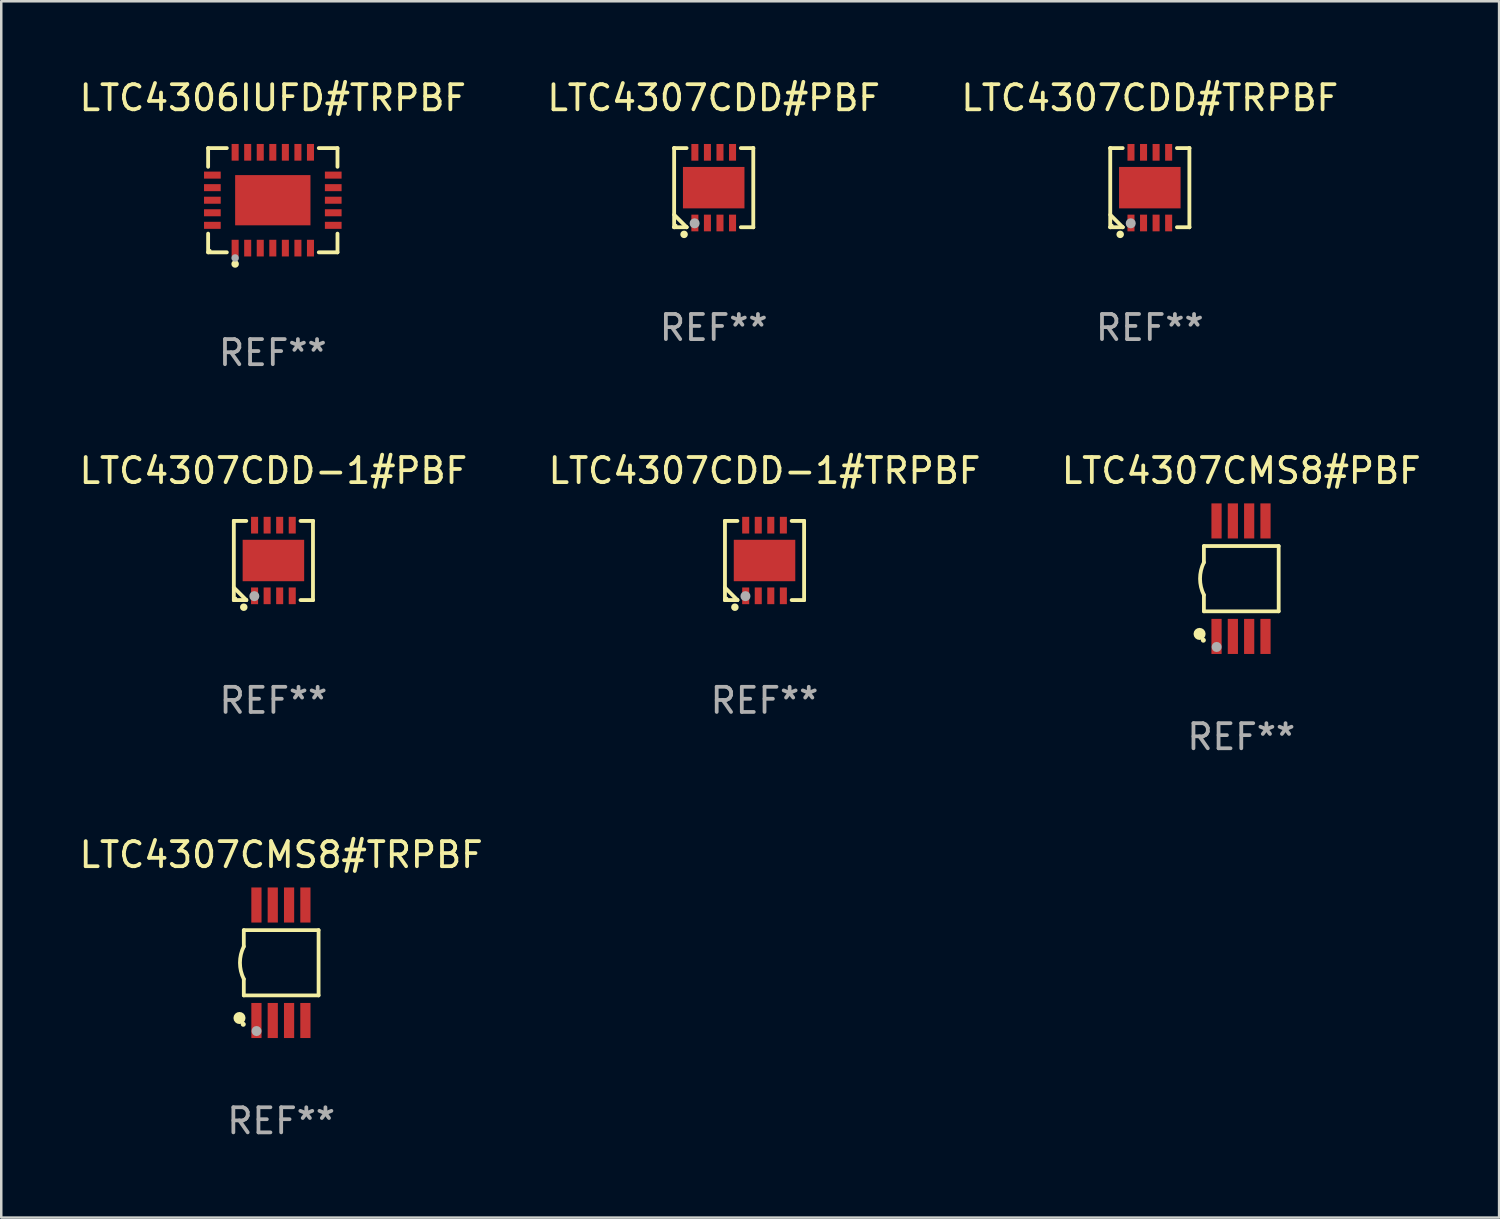
<source format=kicad_pcb>
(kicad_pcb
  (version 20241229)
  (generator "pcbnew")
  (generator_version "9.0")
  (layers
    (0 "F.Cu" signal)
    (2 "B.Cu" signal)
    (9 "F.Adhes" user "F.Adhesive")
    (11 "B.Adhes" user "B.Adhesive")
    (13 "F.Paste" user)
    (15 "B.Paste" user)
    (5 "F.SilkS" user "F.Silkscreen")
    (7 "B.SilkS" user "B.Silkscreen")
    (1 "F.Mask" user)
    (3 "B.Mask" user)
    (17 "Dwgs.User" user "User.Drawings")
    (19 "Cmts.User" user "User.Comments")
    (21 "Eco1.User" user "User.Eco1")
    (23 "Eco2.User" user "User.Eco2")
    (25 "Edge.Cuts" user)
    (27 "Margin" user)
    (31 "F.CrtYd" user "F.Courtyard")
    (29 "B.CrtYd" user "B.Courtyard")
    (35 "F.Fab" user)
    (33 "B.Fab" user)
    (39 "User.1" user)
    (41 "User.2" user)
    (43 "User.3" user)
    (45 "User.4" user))
  (footprint "LTC4307CMS8#TRPBF"
    (layer "F.Cu")
    (at 8.149 35.294)
    (property "Reference" "LTC4307CMS8#TRPBF" (at 0 -4.3 0) (layer "F.SilkS") (effects (font (size 1 1) (thickness 0.15))))
    (attr through_hole)
    (fp_line (start -1.489 -1.3) (end -1.489 -0.648) (stroke (width 0.15) (type solid)) (layer "F.SilkS"))
    (fp_line (start -1.489 0.648) (end -1.489 1.3) (stroke (width 0.15) (type solid)) (layer "F.SilkS"))
    (fp_line (start -1.489 1.3) (end 1.489 1.3) (stroke (width 0.15) (type solid)) (layer "F.SilkS"))
    (fp_line (start 1.489 -1.3) (end -1.489 -1.3) (stroke (width 0.15) (type solid)) (layer "F.SilkS"))
    (fp_line (start 1.489 1.3) (end 1.489 -1.3) (stroke (width 0.15) (type solid)) (layer "F.SilkS"))
    (fp_arc (start -1.489205 0.647702) (mid -1.642107 0) (end -1.489205 -0.647701) (stroke (width 0.150013) (type solid)) (layer "F.SilkS"))
    (fp_circle (center -1.661 2.2) (end -1.541 2.2) (stroke (width 0.24) (type solid)) (fill no) (layer "F.SilkS"))
    (fp_circle (center -1.511 2.45) (end -1.461 2.45) (stroke (width 0.1) (type solid)) (fill no) (layer "F.SilkS"))
    (fp_circle (center -0.981 2.72) (end -0.881 2.72) (stroke (width 0.2) (type solid)) (fill no) (layer "F.Fab"))
    (fp_text user "REF**" (at 0 6.3 0) (layer "F.Fab") (effects (font (size 1 1) (thickness 0.15))))
    (pad "1" smd rect (at -0.986 2.3) (size 0.406 1.397) (layers "F.Cu" "F.Mask" "F.Paste"))
    (pad "2" smd rect (at -0.336 2.3) (size 0.406 1.397) (layers "F.Cu" "F.Mask" "F.Paste"))
    (pad "3" smd rect (at 0.314 2.3) (size 0.406 1.397) (layers "F.Cu" "F.Mask" "F.Paste"))
    (pad "4" smd rect (at 0.964 2.3) (size 0.406 1.397) (layers "F.Cu" "F.Mask" "F.Paste"))
    (pad "5" smd rect (at 0.964 -2.3) (size 0.406 1.397) (layers "F.Cu" "F.Mask" "F.Paste"))
    (pad "6" smd rect (at 0.314 -2.3) (size 0.406 1.397) (layers "F.Cu" "F.Mask" "F.Paste"))
    (pad "7" smd rect (at -0.336 -2.3) (size 0.406 1.397) (layers "F.Cu" "F.Mask" "F.Paste"))
    (pad "8" smd rect (at -0.986 -2.3) (size 0.406 1.397) (layers "F.Cu" "F.Mask" "F.Paste")))
  (footprint "LTC4307CDD#PBF"
    (layer "F.Cu")
    (at 25.375 4.424)
    (property "Reference" "LTC4307CDD#PBF" (at 0 -3.576 0) (layer "F.SilkS") (effects (font (size 1 1) (thickness 0.15))))
    (attr through_hole)
    (fp_line (start -1.576 -1.576) (end -1.576 -1.576) (stroke (width 0.152) (type solid)) (layer "F.SilkS"))
    (fp_line (start -1.576 -1.576) (end -1.08 -1.576) (stroke (width 0.152) (type solid)) (layer "F.SilkS"))
    (fp_line (start -1.576 1.576) (end -1.576 -1.576) (stroke (width 0.152) (type solid)) (layer "F.SilkS"))
    (fp_line (start -1.576 1.576) (end -1.576 1.576) (stroke (width 0.152) (type solid)) (layer "F.SilkS"))
    (fp_line (start -1.08 1.575) (end -1.576 1.079) (stroke (width 0.152) (type solid)) (layer "F.SilkS"))
    (fp_line (start -1.08 1.576) (end -1.576 1.576) (stroke (width 0.152) (type solid)) (layer "F.SilkS"))
    (fp_line (start -1.08 1.576) (end -1.08 1.575) (stroke (width 0.152) (type solid)) (layer "F.SilkS"))
    (fp_line (start 1.08 1.576) (end 1.576 1.576) (stroke (width 0.152) (type solid)) (layer "F.SilkS"))
    (fp_line (start 1.576 -1.576) (end 1.08 -1.576) (stroke (width 0.152) (type solid)) (layer "F.SilkS"))
    (fp_line (start 1.576 -1.576) (end 1.576 -1.576) (stroke (width 0.152) (type solid)) (layer "F.SilkS"))
    (fp_line (start 1.576 1.576) (end 1.576 -1.576) (stroke (width 0.152) (type solid)) (layer "F.SilkS"))
    (fp_line (start 1.576 1.576) (end 1.576 1.576) (stroke (width 0.152) (type solid)) (layer "F.SilkS"))
    (fp_circle (center -1.5 1.5) (end -1.47 1.5) (stroke (width 0.06) (type solid)) (fill no) (layer "F.SilkS"))
    (fp_circle (center -1.18 1.86) (end -1.105 1.86) (stroke (width 0.15) (type solid)) (fill no) (layer "F.SilkS"))
    (fp_circle (center -0.76 1.42) (end -0.66 1.42) (stroke (width 0.2) (type solid)) (fill no) (layer "F.Fab"))
    (fp_text user "REF**" (at 0 5.576 0) (layer "F.Fab") (effects (font (size 1 1) (thickness 0.15))))
    (pad "1" smd rect (at -0.75 1.407) (size 0.28 0.665) (layers "F.Cu" "F.Mask" "F.Paste"))
    (pad "2" smd rect (at -0.25 1.407) (size 0.28 0.665) (layers "F.Cu" "F.Mask" "F.Paste"))
    (pad "3" smd rect (at 0.25 1.407) (size 0.28 0.665) (layers "F.Cu" "F.Mask" "F.Paste"))
    (pad "4" smd rect (at 0.75 1.407) (size 0.28 0.665) (layers "F.Cu" "F.Mask" "F.Paste"))
    (pad "5" smd rect (at 0.75 -1.407) (size 0.28 0.665) (layers "F.Cu" "F.Mask" "F.Paste"))
    (pad "6" smd rect (at 0.25 -1.407) (size 0.28 0.665) (layers "F.Cu" "F.Mask" "F.Paste"))
    (pad "7" smd rect (at -0.25 -1.407) (size 0.28 0.665) (layers "F.Cu" "F.Mask" "F.Paste"))
    (pad "8" smd rect (at -0.75 -1.407) (size 0.28 0.665) (layers "F.Cu" "F.Mask" "F.Paste"))
    (pad "9" smd rect (at 0 0) (size 2.45 1.65) (layers "F.Cu" "F.Mask" "F.Paste")))
  (footprint "LTC4307CMS8#PBF"
    (layer "F.Cu")
    (at 46.387 19.997)
    (property "Reference" "LTC4307CMS8#PBF" (at 0 -4.3 0) (layer "F.SilkS") (effects (font (size 1 1) (thickness 0.15))))
    (attr through_hole)
    (fp_line (start -1.489 -1.3) (end -1.489 -0.648) (stroke (width 0.15) (type solid)) (layer "F.SilkS"))
    (fp_line (start -1.489 0.648) (end -1.489 1.3) (stroke (width 0.15) (type solid)) (layer "F.SilkS"))
    (fp_line (start -1.489 1.3) (end 1.489 1.3) (stroke (width 0.15) (type solid)) (layer "F.SilkS"))
    (fp_line (start 1.489 -1.3) (end -1.489 -1.3) (stroke (width 0.15) (type solid)) (layer "F.SilkS"))
    (fp_line (start 1.489 1.3) (end 1.489 -1.3) (stroke (width 0.15) (type solid)) (layer "F.SilkS"))
    (fp_arc (start -1.489205 0.647702) (mid -1.642107 0) (end -1.489205 -0.647701) (stroke (width 0.150013) (type solid)) (layer "F.SilkS"))
    (fp_circle (center -1.661 2.2) (end -1.541 2.2) (stroke (width 0.24) (type solid)) (fill no) (layer "F.SilkS"))
    (fp_circle (center -1.511 2.45) (end -1.461 2.45) (stroke (width 0.1) (type solid)) (fill no) (layer "F.SilkS"))
    (fp_circle (center -0.981 2.72) (end -0.881 2.72) (stroke (width 0.2) (type solid)) (fill no) (layer "F.Fab"))
    (fp_text user "REF**" (at 0 6.3 0) (layer "F.Fab") (effects (font (size 1 1) (thickness 0.15))))
    (pad "1" smd rect (at -0.986 2.3) (size 0.406 1.397) (layers "F.Cu" "F.Mask" "F.Paste"))
    (pad "2" smd rect (at -0.336 2.3) (size 0.406 1.397) (layers "F.Cu" "F.Mask" "F.Paste"))
    (pad "3" smd rect (at 0.314 2.3) (size 0.406 1.397) (layers "F.Cu" "F.Mask" "F.Paste"))
    (pad "4" smd rect (at 0.964 2.3) (size 0.406 1.397) (layers "F.Cu" "F.Mask" "F.Paste"))
    (pad "5" smd rect (at 0.964 -2.3) (size 0.406 1.397) (layers "F.Cu" "F.Mask" "F.Paste"))
    (pad "6" smd rect (at 0.314 -2.3) (size 0.406 1.397) (layers "F.Cu" "F.Mask" "F.Paste"))
    (pad "7" smd rect (at -0.336 -2.3) (size 0.406 1.397) (layers "F.Cu" "F.Mask" "F.Paste"))
    (pad "8" smd rect (at -0.986 -2.3) (size 0.406 1.397) (layers "F.Cu" "F.Mask" "F.Paste")))
  (footprint "LTC4306IUFD#TRPBF"
    (layer "F.Cu")
    (at 7.815 4.924)
    (property "Reference" "LTC4306IUFD#TRPBF" (at 0 -4.076 0) (layer "F.SilkS") (effects (font (size 1 1) (thickness 0.15))))
    (attr through_hole)
    (fp_line (start -2.576 -2.076) (end -1.831 -2.076) (stroke (width 0.152) (type solid)) (layer "F.SilkS"))
    (fp_line (start -2.576 -1.331) (end -2.576 -2.076) (stroke (width 0.152) (type solid)) (layer "F.SilkS"))
    (fp_line (start -2.576 1.331) (end -2.576 2.076) (stroke (width 0.152) (type solid)) (layer "F.SilkS"))
    (fp_line (start -2.576 2.076) (end -1.831 2.076) (stroke (width 0.152) (type solid)) (layer "F.SilkS"))
    (fp_line (start 2.576 -2.076) (end 1.831 -2.076) (stroke (width 0.152) (type solid)) (layer "F.SilkS"))
    (fp_line (start 2.576 -1.331) (end 2.576 -2.076) (stroke (width 0.152) (type solid)) (layer "F.SilkS"))
    (fp_line (start 2.576 1.331) (end 2.576 2.076) (stroke (width 0.152) (type solid)) (layer "F.SilkS"))
    (fp_line (start 2.576 2.076) (end 1.831 2.076) (stroke (width 0.152) (type solid)) (layer "F.SilkS"))
    (fp_circle (center -2.5 2) (end -2.47 2) (stroke (width 0.06) (type solid)) (fill no) (layer "F.SilkS"))
    (fp_circle (center -1.5 2.54) (end -1.425 2.54) (stroke (width 0.15) (type solid)) (fill no) (layer "F.SilkS"))
    (fp_circle (center -1.5 2.3) (end -1.425 2.3) (stroke (width 0.15) (type solid)) (fill no) (layer "F.Fab"))
    (fp_text user "REF**" (at 0 6.076 0) (layer "F.Fab") (effects (font (size 1 1) (thickness 0.15))))
    (pad "1" smd rect (at -1.5 1.908) (size 0.28 0.665) (layers "F.Cu" "F.Mask" "F.Paste"))
    (pad "2" smd rect (at -1 1.908) (size 0.28 0.665) (layers "F.Cu" "F.Mask" "F.Paste"))
    (pad "3" smd rect (at -0.5 1.908) (size 0.28 0.665) (layers "F.Cu" "F.Mask" "F.Paste"))
    (pad "4" smd rect (at 0 1.908) (size 0.28 0.665) (layers "F.Cu" "F.Mask" "F.Paste"))
    (pad "5" smd rect (at 0.5 1.908) (size 0.28 0.665) (layers "F.Cu" "F.Mask" "F.Paste"))
    (pad "6" smd rect (at 1 1.908) (size 0.28 0.665) (layers "F.Cu" "F.Mask" "F.Paste"))
    (pad "7" smd rect (at 1.5 1.908) (size 0.28 0.665) (layers "F.Cu" "F.Mask" "F.Paste"))
    (pad "8" smd rect (at 2.407 1) (size 0.665 0.28) (layers "F.Cu" "F.Mask" "F.Paste"))
    (pad "9" smd rect (at 2.407 0.5) (size 0.665 0.28) (layers "F.Cu" "F.Mask" "F.Paste"))
    (pad "10" smd rect (at 2.407 0) (size 0.665 0.28) (layers "F.Cu" "F.Mask" "F.Paste"))
    (pad "11" smd rect (at 2.407 -0.5) (size 0.665 0.28) (layers "F.Cu" "F.Mask" "F.Paste"))
    (pad "12" smd rect (at 2.407 -1) (size 0.665 0.28) (layers "F.Cu" "F.Mask" "F.Paste"))
    (pad "13" smd rect (at 1.5 -1.908) (size 0.28 0.665) (layers "F.Cu" "F.Mask" "F.Paste"))
    (pad "14" smd rect (at 1 -1.908) (size 0.28 0.665) (layers "F.Cu" "F.Mask" "F.Paste"))
    (pad "15" smd rect (at 0.5 -1.908) (size 0.28 0.665) (layers "F.Cu" "F.Mask" "F.Paste"))
    (pad "16" smd rect (at 0 -1.908) (size 0.28 0.665) (layers "F.Cu" "F.Mask" "F.Paste"))
    (pad "17" smd rect (at -0.5 -1.908) (size 0.28 0.665) (layers "F.Cu" "F.Mask" "F.Paste"))
    (pad "18" smd rect (at -1 -1.908) (size 0.28 0.665) (layers "F.Cu" "F.Mask" "F.Paste"))
    (pad "19" smd rect (at -1.5 -1.908) (size 0.28 0.665) (layers "F.Cu" "F.Mask" "F.Paste"))
    (pad "20" smd rect (at -2.407 -1) (size 0.665 0.28) (layers "F.Cu" "F.Mask" "F.Paste"))
    (pad "21" smd rect (at -2.407 -0.5) (size 0.665 0.28) (layers "F.Cu" "F.Mask" "F.Paste"))
    (pad "22" smd rect (at -2.407 0) (size 0.665 0.28) (layers "F.Cu" "F.Mask" "F.Paste"))
    (pad "23" smd rect (at -2.407 0.5) (size 0.665 0.28) (layers "F.Cu" "F.Mask" "F.Paste"))
    (pad "24" smd rect (at -2.407 1) (size 0.665 0.28) (layers "F.Cu" "F.Mask" "F.Paste"))
    (pad "25" smd rect (at 0 0) (size 3 2) (layers "F.Cu" "F.Mask" "F.Paste")))
  (footprint "LTC4307CDD#TRPBF"
    (layer "F.Cu")
    (at 42.744 4.424)
    (property "Reference" "LTC4307CDD#TRPBF" (at 0 -3.576 0) (layer "F.SilkS") (effects (font (size 1 1) (thickness 0.15))))
    (attr through_hole)
    (fp_line (start -1.576 -1.576) (end -1.576 -1.576) (stroke (width 0.152) (type solid)) (layer "F.SilkS"))
    (fp_line (start -1.576 -1.576) (end -1.08 -1.576) (stroke (width 0.152) (type solid)) (layer "F.SilkS"))
    (fp_line (start -1.576 1.576) (end -1.576 -1.576) (stroke (width 0.152) (type solid)) (layer "F.SilkS"))
    (fp_line (start -1.576 1.576) (end -1.576 1.576) (stroke (width 0.152) (type solid)) (layer "F.SilkS"))
    (fp_line (start -1.08 1.575) (end -1.576 1.079) (stroke (width 0.152) (type solid)) (layer "F.SilkS"))
    (fp_line (start -1.08 1.576) (end -1.576 1.576) (stroke (width 0.152) (type solid)) (layer "F.SilkS"))
    (fp_line (start -1.08 1.576) (end -1.08 1.575) (stroke (width 0.152) (type solid)) (layer "F.SilkS"))
    (fp_line (start 1.08 1.576) (end 1.576 1.576) (stroke (width 0.152) (type solid)) (layer "F.SilkS"))
    (fp_line (start 1.576 -1.576) (end 1.08 -1.576) (stroke (width 0.152) (type solid)) (layer "F.SilkS"))
    (fp_line (start 1.576 -1.576) (end 1.576 -1.576) (stroke (width 0.152) (type solid)) (layer "F.SilkS"))
    (fp_line (start 1.576 1.576) (end 1.576 -1.576) (stroke (width 0.152) (type solid)) (layer "F.SilkS"))
    (fp_line (start 1.576 1.576) (end 1.576 1.576) (stroke (width 0.152) (type solid)) (layer "F.SilkS"))
    (fp_circle (center -1.5 1.5) (end -1.47 1.5) (stroke (width 0.06) (type solid)) (fill no) (layer "F.SilkS"))
    (fp_circle (center -1.18 1.86) (end -1.105 1.86) (stroke (width 0.15) (type solid)) (fill no) (layer "F.SilkS"))
    (fp_circle (center -0.76 1.42) (end -0.66 1.42) (stroke (width 0.2) (type solid)) (fill no) (layer "F.Fab"))
    (fp_text user "REF**" (at 0 5.576 0) (layer "F.Fab") (effects (font (size 1 1) (thickness 0.15))))
    (pad "1" smd rect (at -0.75 1.407) (size 0.28 0.665) (layers "F.Cu" "F.Mask" "F.Paste"))
    (pad "2" smd rect (at -0.25 1.407) (size 0.28 0.665) (layers "F.Cu" "F.Mask" "F.Paste"))
    (pad "3" smd rect (at 0.25 1.407) (size 0.28 0.665) (layers "F.Cu" "F.Mask" "F.Paste"))
    (pad "4" smd rect (at 0.75 1.407) (size 0.28 0.665) (layers "F.Cu" "F.Mask" "F.Paste"))
    (pad "5" smd rect (at 0.75 -1.407) (size 0.28 0.665) (layers "F.Cu" "F.Mask" "F.Paste"))
    (pad "6" smd rect (at 0.25 -1.407) (size 0.28 0.665) (layers "F.Cu" "F.Mask" "F.Paste"))
    (pad "7" smd rect (at -0.25 -1.407) (size 0.28 0.665) (layers "F.Cu" "F.Mask" "F.Paste"))
    (pad "8" smd rect (at -0.75 -1.407) (size 0.28 0.665) (layers "F.Cu" "F.Mask" "F.Paste"))
    (pad "9" smd rect (at 0 0) (size 2.45 1.65) (layers "F.Cu" "F.Mask" "F.Paste")))
  (footprint "LTC4307CDD-1#TRPBF"
    (layer "F.Cu")
    (at 27.399 19.273)
    (property "Reference" "LTC4307CDD-1#TRPBF" (at 0 -3.576 0) (layer "F.SilkS") (effects (font (size 1 1) (thickness 0.15))))
    (attr through_hole)
    (fp_line (start -1.576 -1.576) (end -1.576 -1.576) (stroke (width 0.152) (type solid)) (layer "F.SilkS"))
    (fp_line (start -1.576 -1.576) (end -1.08 -1.576) (stroke (width 0.152) (type solid)) (layer "F.SilkS"))
    (fp_line (start -1.576 1.576) (end -1.576 -1.576) (stroke (width 0.152) (type solid)) (layer "F.SilkS"))
    (fp_line (start -1.576 1.576) (end -1.576 1.576) (stroke (width 0.152) (type solid)) (layer "F.SilkS"))
    (fp_line (start -1.08 1.575) (end -1.576 1.079) (stroke (width 0.152) (type solid)) (layer "F.SilkS"))
    (fp_line (start -1.08 1.576) (end -1.576 1.576) (stroke (width 0.152) (type solid)) (layer "F.SilkS"))
    (fp_line (start -1.08 1.576) (end -1.08 1.575) (stroke (width 0.152) (type solid)) (layer "F.SilkS"))
    (fp_line (start 1.08 1.576) (end 1.576 1.576) (stroke (width 0.152) (type solid)) (layer "F.SilkS"))
    (fp_line (start 1.576 -1.576) (end 1.08 -1.576) (stroke (width 0.152) (type solid)) (layer "F.SilkS"))
    (fp_line (start 1.576 -1.576) (end 1.576 -1.576) (stroke (width 0.152) (type solid)) (layer "F.SilkS"))
    (fp_line (start 1.576 1.576) (end 1.576 -1.576) (stroke (width 0.152) (type solid)) (layer "F.SilkS"))
    (fp_line (start 1.576 1.576) (end 1.576 1.576) (stroke (width 0.152) (type solid)) (layer "F.SilkS"))
    (fp_circle (center -1.5 1.5) (end -1.47 1.5) (stroke (width 0.06) (type solid)) (fill no) (layer "F.SilkS"))
    (fp_circle (center -1.18 1.86) (end -1.105 1.86) (stroke (width 0.15) (type solid)) (fill no) (layer "F.SilkS"))
    (fp_circle (center -0.76 1.42) (end -0.66 1.42) (stroke (width 0.2) (type solid)) (fill no) (layer "F.Fab"))
    (fp_text user "REF**" (at 0 5.576 0) (layer "F.Fab") (effects (font (size 1 1) (thickness 0.15))))
    (pad "1" smd rect (at -0.75 1.407) (size 0.28 0.665) (layers "F.Cu" "F.Mask" "F.Paste"))
    (pad "2" smd rect (at -0.25 1.407) (size 0.28 0.665) (layers "F.Cu" "F.Mask" "F.Paste"))
    (pad "3" smd rect (at 0.25 1.407) (size 0.28 0.665) (layers "F.Cu" "F.Mask" "F.Paste"))
    (pad "4" smd rect (at 0.75 1.407) (size 0.28 0.665) (layers "F.Cu" "F.Mask" "F.Paste"))
    (pad "5" smd rect (at 0.75 -1.407) (size 0.28 0.665) (layers "F.Cu" "F.Mask" "F.Paste"))
    (pad "6" smd rect (at 0.25 -1.407) (size 0.28 0.665) (layers "F.Cu" "F.Mask" "F.Paste"))
    (pad "7" smd rect (at -0.25 -1.407) (size 0.28 0.665) (layers "F.Cu" "F.Mask" "F.Paste"))
    (pad "8" smd rect (at -0.75 -1.407) (size 0.28 0.665) (layers "F.Cu" "F.Mask" "F.Paste"))
    (pad "9" smd rect (at 0 0) (size 2.45 1.65) (layers "F.Cu" "F.Mask" "F.Paste")))
  (footprint "LTC4307CDD-1#PBF"
    (layer "F.Cu")
    (at 7.839 19.273)
    (property "Reference" "LTC4307CDD-1#PBF" (at 0 -3.576 0) (layer "F.SilkS") (effects (font (size 1 1) (thickness 0.15))))
    (attr through_hole)
    (fp_line (start -1.576 -1.576) (end -1.576 -1.576) (stroke (width 0.152) (type solid)) (layer "F.SilkS"))
    (fp_line (start -1.576 -1.576) (end -1.08 -1.576) (stroke (width 0.152) (type solid)) (layer "F.SilkS"))
    (fp_line (start -1.576 1.576) (end -1.576 -1.576) (stroke (width 0.152) (type solid)) (layer "F.SilkS"))
    (fp_line (start -1.576 1.576) (end -1.576 1.576) (stroke (width 0.152) (type solid)) (layer "F.SilkS"))
    (fp_line (start -1.08 1.575) (end -1.576 1.079) (stroke (width 0.152) (type solid)) (layer "F.SilkS"))
    (fp_line (start -1.08 1.576) (end -1.576 1.576) (stroke (width 0.152) (type solid)) (layer "F.SilkS"))
    (fp_line (start -1.08 1.576) (end -1.08 1.575) (stroke (width 0.152) (type solid)) (layer "F.SilkS"))
    (fp_line (start 1.08 1.576) (end 1.576 1.576) (stroke (width 0.152) (type solid)) (layer "F.SilkS"))
    (fp_line (start 1.576 -1.576) (end 1.08 -1.576) (stroke (width 0.152) (type solid)) (layer "F.SilkS"))
    (fp_line (start 1.576 -1.576) (end 1.576 -1.576) (stroke (width 0.152) (type solid)) (layer "F.SilkS"))
    (fp_line (start 1.576 1.576) (end 1.576 -1.576) (stroke (width 0.152) (type solid)) (layer "F.SilkS"))
    (fp_line (start 1.576 1.576) (end 1.576 1.576) (stroke (width 0.152) (type solid)) (layer "F.SilkS"))
    (fp_circle (center -1.5 1.5) (end -1.47 1.5) (stroke (width 0.06) (type solid)) (fill no) (layer "F.SilkS"))
    (fp_circle (center -1.18 1.86) (end -1.105 1.86) (stroke (width 0.15) (type solid)) (fill no) (layer "F.SilkS"))
    (fp_circle (center -0.76 1.42) (end -0.66 1.42) (stroke (width 0.2) (type solid)) (fill no) (layer "F.Fab"))
    (fp_text user "REF**" (at 0 5.576 0) (layer "F.Fab") (effects (font (size 1 1) (thickness 0.15))))
    (pad "1" smd rect (at -0.75 1.407) (size 0.28 0.665) (layers "F.Cu" "F.Mask" "F.Paste"))
    (pad "2" smd rect (at -0.25 1.407) (size 0.28 0.665) (layers "F.Cu" "F.Mask" "F.Paste"))
    (pad "3" smd rect (at 0.25 1.407) (size 0.28 0.665) (layers "F.Cu" "F.Mask" "F.Paste"))
    (pad "4" smd rect (at 0.75 1.407) (size 0.28 0.665) (layers "F.Cu" "F.Mask" "F.Paste"))
    (pad "5" smd rect (at 0.75 -1.407) (size 0.28 0.665) (layers "F.Cu" "F.Mask" "F.Paste"))
    (pad "6" smd rect (at 0.25 -1.407) (size 0.28 0.665) (layers "F.Cu" "F.Mask" "F.Paste"))
    (pad "7" smd rect (at -0.25 -1.407) (size 0.28 0.665) (layers "F.Cu" "F.Mask" "F.Paste"))
    (pad "8" smd rect (at -0.75 -1.407) (size 0.28 0.665) (layers "F.Cu" "F.Mask" "F.Paste"))
    (pad "9" smd rect (at 0 0) (size 2.45 1.65) (layers "F.Cu" "F.Mask" "F.Paste")))
  (gr_rect
    (start -3 -3)
    (end 56.655 45.442)
    (stroke (width 0.1) (type default))
    (fill no)
    (layer "Edge.Cuts")))
</source>
